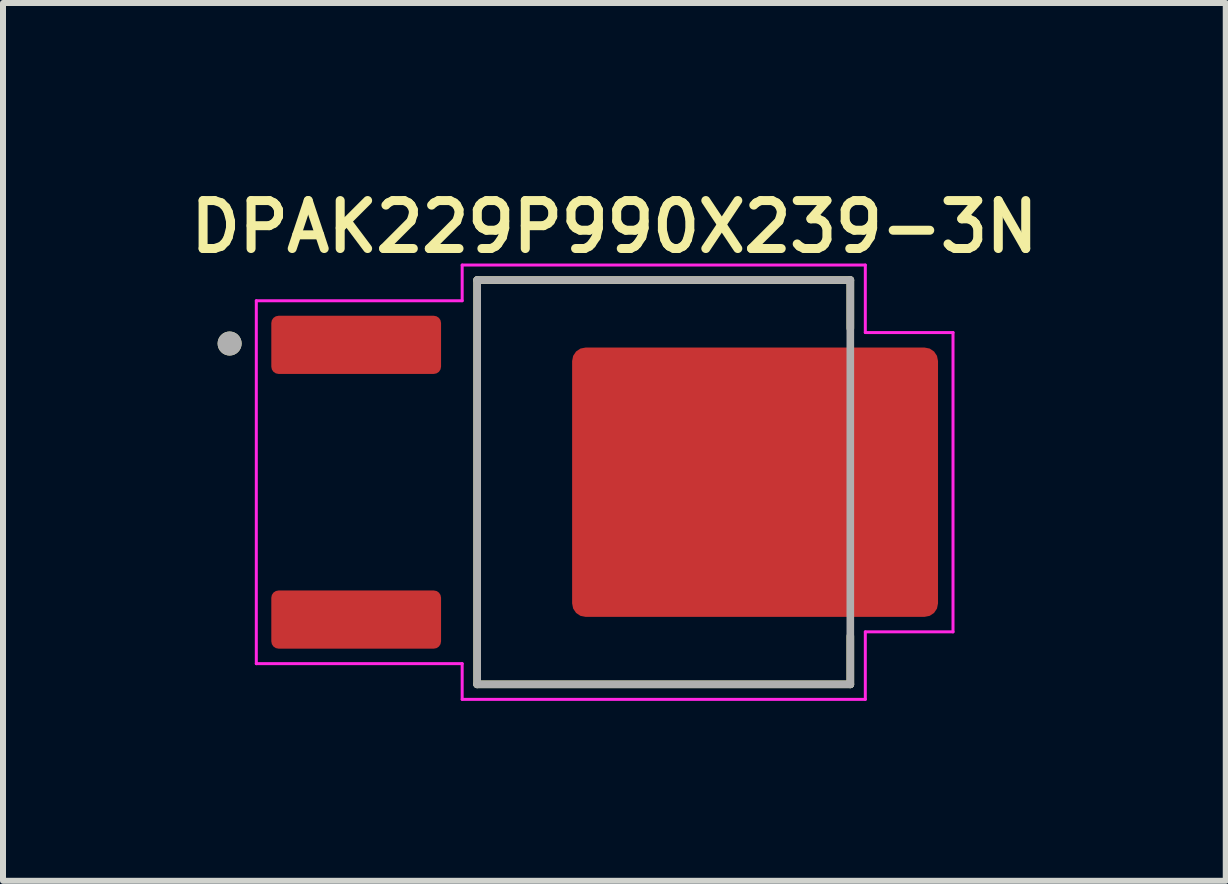
<source format=kicad_pcb>
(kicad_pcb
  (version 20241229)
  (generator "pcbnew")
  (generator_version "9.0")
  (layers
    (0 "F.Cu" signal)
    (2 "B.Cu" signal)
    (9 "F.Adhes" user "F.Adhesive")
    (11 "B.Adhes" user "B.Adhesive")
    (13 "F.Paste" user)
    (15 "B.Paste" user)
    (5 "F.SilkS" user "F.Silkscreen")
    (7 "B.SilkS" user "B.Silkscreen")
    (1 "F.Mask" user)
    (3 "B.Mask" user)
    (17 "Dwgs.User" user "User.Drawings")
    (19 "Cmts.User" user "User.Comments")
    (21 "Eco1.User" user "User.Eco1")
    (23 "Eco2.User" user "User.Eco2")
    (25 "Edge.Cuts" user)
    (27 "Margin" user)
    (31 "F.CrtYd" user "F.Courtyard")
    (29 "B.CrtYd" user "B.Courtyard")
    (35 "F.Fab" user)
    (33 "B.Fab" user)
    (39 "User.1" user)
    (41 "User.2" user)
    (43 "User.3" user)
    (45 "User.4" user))
  (footprint "DPAK229P990X239-3N"
    (layer "F.Cu")
    (at 7.028 4.989)
    (property "Reference" "DPAK229P990X239-3N" (at 0.165 -4.258 0) (layer "F.SilkS") (effects (font (size 0.8 0.8) (thickness 0.15))))
    (attr smd)
    (fp_line (start -2.123 -3.37) (end -2.123 3.37) (stroke (width 0.127) (type solid)) (layer "F.SilkS"))
    (fp_line (start -2.123 3.37) (end 4.098 3.37) (stroke (width 0.127) (type solid)) (layer "F.SilkS"))
    (fp_line (start 4.098 -3.37) (end -2.123 -3.37) (stroke (width 0.127) (type solid)) (layer "F.SilkS"))
    (fp_line (start 4.098 -2.565) (end 4.098 -3.37) (stroke (width 0.127) (type solid)) (layer "F.SilkS"))
    (fp_line (start 4.098 3.37) (end 4.098 2.565) (stroke (width 0.127) (type solid)) (layer "F.SilkS"))
    (fp_circle (center -6.25 -2.312) (end -6.15 -2.312) (stroke (width 0.2) (type solid)) (fill no) (layer "F.SilkS"))
    (fp_poly (pts (xy -0.285 -1.865) (xy 1.245 -1.865) (xy 1.245 -0.375) (xy -0.285 -0.375)) (stroke (width 0.01) (type solid)) (fill yes) (layer "F.Paste"))
    (fp_poly (pts (xy -0.285 0.375) (xy 1.245 0.375) (xy 1.245 1.865) (xy -0.285 1.865)) (stroke (width 0.01) (type solid)) (fill yes) (layer "F.Paste"))
    (fp_poly (pts (xy 1.745 -1.865) (xy 3.275 -1.865) (xy 3.275 -0.375) (xy 1.745 -0.375)) (stroke (width 0.01) (type solid)) (fill yes) (layer "F.Paste"))
    (fp_poly (pts (xy 1.745 0.375) (xy 3.275 0.375) (xy 3.275 1.865) (xy 1.745 1.865)) (stroke (width 0.01) (type solid)) (fill yes) (layer "F.Paste"))
    (fp_poly (pts (xy 3.775 -1.865) (xy 5.305 -1.865) (xy 5.305 -0.375) (xy 3.775 -0.375)) (stroke (width 0.01) (type solid)) (fill yes) (layer "F.Paste"))
    (fp_poly (pts (xy 3.775 0.375) (xy 5.305 0.375) (xy 5.305 1.865) (xy 3.775 1.865)) (stroke (width 0.01) (type solid)) (fill yes) (layer "F.Paste"))
    (fp_line (start -5.805 -3.025) (end -5.805 3.025) (stroke (width 0.05) (type solid)) (layer "F.CrtYd"))
    (fp_line (start -5.805 3.025) (end -2.373 3.025) (stroke (width 0.05) (type solid)) (layer "F.CrtYd"))
    (fp_line (start -2.373 -3.62) (end -2.373 -3.025) (stroke (width 0.05) (type solid)) (layer "F.CrtYd"))
    (fp_line (start -2.373 -3.025) (end -5.805 -3.025) (stroke (width 0.05) (type solid)) (layer "F.CrtYd"))
    (fp_line (start -2.373 3.025) (end -2.373 3.62) (stroke (width 0.05) (type solid)) (layer "F.CrtYd"))
    (fp_line (start -2.373 3.62) (end 4.348 3.62) (stroke (width 0.05) (type solid)) (layer "F.CrtYd"))
    (fp_line (start 4.348 -3.62) (end -2.373 -3.62) (stroke (width 0.05) (type solid)) (layer "F.CrtYd"))
    (fp_line (start 4.348 -2.495) (end 4.348 -3.62) (stroke (width 0.05) (type solid)) (layer "F.CrtYd"))
    (fp_line (start 4.348 2.495) (end 5.81 2.495) (stroke (width 0.05) (type solid)) (layer "F.CrtYd"))
    (fp_line (start 4.348 3.62) (end 4.348 2.495) (stroke (width 0.05) (type solid)) (layer "F.CrtYd"))
    (fp_line (start 5.81 -2.495) (end 4.348 -2.495) (stroke (width 0.05) (type solid)) (layer "F.CrtYd"))
    (fp_line (start 5.81 2.495) (end 5.81 -2.495) (stroke (width 0.05) (type solid)) (layer "F.CrtYd"))
    (fp_line (start -2.123 -3.37) (end -2.123 3.37) (stroke (width 0.127) (type solid)) (layer "F.Fab"))
    (fp_line (start -2.123 3.37) (end 4.098 3.37) (stroke (width 0.127) (type solid)) (layer "F.Fab"))
    (fp_line (start 4.098 -3.37) (end -2.123 -3.37) (stroke (width 0.127) (type solid)) (layer "F.Fab"))
    (fp_line (start 4.098 3.37) (end 4.098 -3.37) (stroke (width 0.127) (type solid)) (layer "F.Fab"))
    (fp_circle (center -6.25 -2.312) (end -6.15 -2.312) (stroke (width 0.2) (type solid)) (fill no) (layer "F.Fab"))
    (pad "1" smd roundrect (at -4.14 -2.29) (size 2.83 0.97) (layers "F.Cu" "F.Mask" "F.Paste") (roundrect_rratio 0.125))
    (pad "2" smd roundrect (at -4.14 2.29) (size 2.83 0.97) (layers "F.Cu" "F.Mask" "F.Paste") (roundrect_rratio 0.125))
    (pad "3" smd roundrect (at 2.51 0) (size 6.1 4.49) (layers "F.Cu" "F.Mask") (roundrect_rratio 0.05)))
  (gr_rect
    (start -3 -3)
    (end 17.385 11.634)
    (stroke (width 0.1) (type default))
    (fill no)
    (layer "Edge.Cuts")))
</source>
